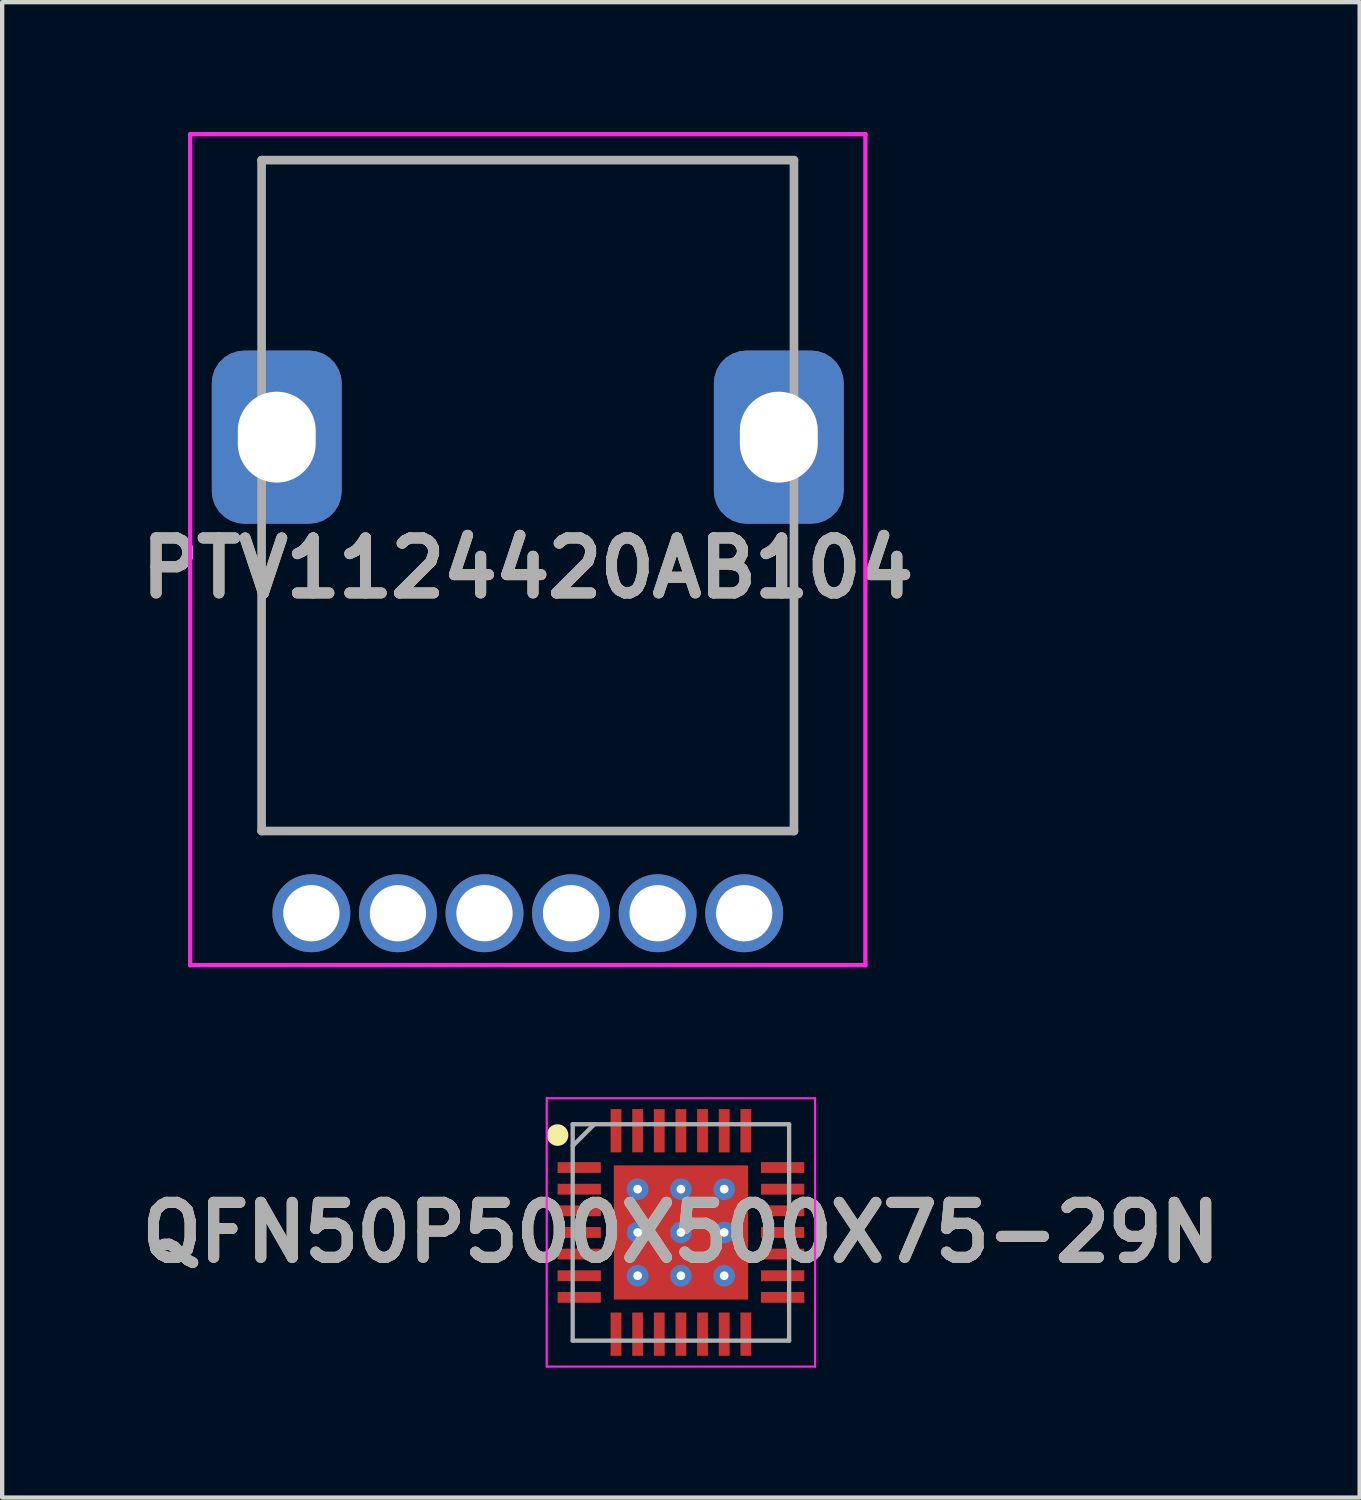
<source format=kicad_pcb>
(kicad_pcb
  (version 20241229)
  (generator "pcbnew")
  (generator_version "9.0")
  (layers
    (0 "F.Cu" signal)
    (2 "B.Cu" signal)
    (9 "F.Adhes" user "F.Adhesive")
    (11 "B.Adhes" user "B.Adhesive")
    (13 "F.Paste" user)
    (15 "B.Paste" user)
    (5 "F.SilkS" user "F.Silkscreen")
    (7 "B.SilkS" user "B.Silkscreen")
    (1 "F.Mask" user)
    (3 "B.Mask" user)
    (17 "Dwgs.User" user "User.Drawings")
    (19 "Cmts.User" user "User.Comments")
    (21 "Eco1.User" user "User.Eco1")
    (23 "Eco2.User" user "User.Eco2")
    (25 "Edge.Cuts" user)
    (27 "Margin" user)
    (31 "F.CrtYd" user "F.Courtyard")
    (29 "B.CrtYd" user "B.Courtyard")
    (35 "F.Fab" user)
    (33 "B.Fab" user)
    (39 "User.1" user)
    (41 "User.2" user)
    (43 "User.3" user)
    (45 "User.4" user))
  (footprint "PTV1124420AB104"
    (layer "F.Cu")
    (at 6.144 18.05)
    (property "Reference" "PTV1124420AB104" (at 3 -7.975 0) (layer "F.SilkS") (effects (font (size 1.27 1.27) (thickness 0.254))))
    (attr through_hole)
    (fp_line (start -3.15 -17.4) (end -3.15 -17.4) (stroke (width 0.1) (type solid)) (layer "F.SilkS"))
    (fp_line (start -3.15 -17.4) (end -3.15 -17.4) (stroke (width 0.1) (type solid)) (layer "F.SilkS"))
    (fp_line (start -3.15 -17.4) (end -3.15 -13.75) (stroke (width 0.1) (type solid)) (layer "F.SilkS"))
    (fp_line (start -3.15 -13.75) (end -3.15 -17.4) (stroke (width 0.1) (type solid)) (layer "F.SilkS"))
    (fp_line (start -3.15 -13.75) (end -3.15 -13.75) (stroke (width 0.1) (type solid)) (layer "F.SilkS"))
    (fp_line (start -3.15 -8.25) (end -3.15 -8.25) (stroke (width 0.1) (type solid)) (layer "F.SilkS"))
    (fp_line (start -3.15 -8.25) (end -3.15 -1.9) (stroke (width 0.1) (type solid)) (layer "F.SilkS"))
    (fp_line (start -3.15 -1.9) (end -3.15 -8.25) (stroke (width 0.1) (type solid)) (layer "F.SilkS"))
    (fp_line (start -3.15 -1.9) (end -3.15 -1.9) (stroke (width 0.1) (type solid)) (layer "F.SilkS"))
    (fp_line (start -3.15 -1.9) (end -3.15 -1.9) (stroke (width 0.1) (type solid)) (layer "F.SilkS"))
    (fp_line (start -3.15 -1.9) (end 9.15 -1.9) (stroke (width 0.1) (type solid)) (layer "F.SilkS"))
    (fp_line (start 9.15 -17.4) (end -3.15 -17.4) (stroke (width 0.1) (type solid)) (layer "F.SilkS"))
    (fp_line (start 9.15 -17.4) (end 9.15 -17.4) (stroke (width 0.1) (type solid)) (layer "F.SilkS"))
    (fp_line (start 9.15 -17.4) (end 9.15 -17.4) (stroke (width 0.1) (type solid)) (layer "F.SilkS"))
    (fp_line (start 9.15 -17.4) (end 9.15 -13.75) (stroke (width 0.1) (type solid)) (layer "F.SilkS"))
    (fp_line (start 9.15 -13.75) (end 9.15 -17.4) (stroke (width 0.1) (type solid)) (layer "F.SilkS"))
    (fp_line (start 9.15 -13.75) (end 9.15 -13.75) (stroke (width 0.1) (type solid)) (layer "F.SilkS"))
    (fp_line (start 9.15 -8.25) (end 9.15 -8.25) (stroke (width 0.1) (type solid)) (layer "F.SilkS"))
    (fp_line (start 9.15 -8.25) (end 9.15 -1.9) (stroke (width 0.1) (type solid)) (layer "F.SilkS"))
    (fp_line (start 9.15 -1.9) (end -3.15 -1.9) (stroke (width 0.1) (type solid)) (layer "F.SilkS"))
    (fp_line (start 9.15 -1.9) (end 9.15 -8.25) (stroke (width 0.1) (type solid)) (layer "F.SilkS"))
    (fp_line (start 9.15 -1.9) (end 9.15 -1.9) (stroke (width 0.1) (type solid)) (layer "F.SilkS"))
    (fp_line (start 9.15 -1.9) (end 9.15 -1.9) (stroke (width 0.1) (type solid)) (layer "F.SilkS"))
    (fp_line (start -4.8 -18) (end -4.8 1.2) (stroke (width 0.1) (type solid)) (layer "F.CrtYd"))
    (fp_line (start -4.8 -18) (end 10.8 -18) (stroke (width 0.1) (type solid)) (layer "F.CrtYd"))
    (fp_line (start 10.8 -18) (end 10.8 1.2) (stroke (width 0.1) (type solid)) (layer "F.CrtYd"))
    (fp_line (start 10.8 1.2) (end -4.8 1.2) (stroke (width 0.1) (type solid)) (layer "F.CrtYd"))
    (fp_line (start -3.15 -17.4) (end -3.15 -1.9) (stroke (width 0.2) (type solid)) (layer "F.Fab"))
    (fp_line (start -3.15 -1.9) (end 9.15 -1.9) (stroke (width 0.2) (type solid)) (layer "F.Fab"))
    (fp_line (start 9.15 -17.4) (end -3.15 -17.4) (stroke (width 0.2) (type solid)) (layer "F.Fab"))
    (fp_line (start 9.15 -1.9) (end 9.15 -17.4) (stroke (width 0.2) (type solid)) (layer "F.Fab"))
    (fp_text user "${REFERENCE}" (at 3 -7.975 0) (layer "F.Fab") (effects (font (size 1.27 1.27) (thickness 0.254))))
    (pad "1" thru_hole circle (at 0 0) (size 1.8 1.8) (drill 1.3) (layers "*.Cu" "*.Mask"))
    (pad "2" thru_hole circle (at -2 0) (size 1.8 1.8) (drill 1.3) (layers "*.Cu" "*.Mask"))
    (pad "3" thru_hole circle (at 8 0) (size 1.8 1.8) (drill 1.3) (layers "*.Cu" "*.Mask"))
    (pad "4" thru_hole circle (at 2 0) (size 1.8 1.8) (drill 1.3) (layers "*.Cu" "*.Mask"))
    (pad "5" thru_hole circle (at 4 0) (size 1.8 1.8) (drill 1.3) (layers "*.Cu" "*.Mask"))
    (pad "6" thru_hole circle (at 6 0) (size 1.8 1.8) (drill 1.3) (layers "*.Cu" "*.Mask"))
    (pad "MP" thru_hole roundrect (at -2.8 -11 270) (size 4 3) (drill oval 2.1 1.8) (layers "*.Cu" "*.Mask") (roundrect_rratio 0.25))
    (pad "MP" thru_hole roundrect (at 8.8 -11 270) (size 4 3) (drill oval 2.1 1.8) (layers "*.Cu" "*.Mask") (roundrect_rratio 0.25)))
  (footprint "QFN50P500X500X75-29N"
    (layer "F.Cu")
    (at 12.682 25.425)
    (property "Reference" "QFN50P500X500X75-29N" (at 0 0 0) (layer "F.SilkS") (effects (font (size 1.27 1.27) (thickness 0.254))))
    (attr smd)
    (fp_circle (center -2.85 -2.25) (end -2.85 -2.125) (stroke (width 0.25) (type solid)) (fill no) (layer "F.SilkS"))
    (fp_line (start -3.1 -3.1) (end 3.1 -3.1) (stroke (width 0.05) (type solid)) (layer "F.CrtYd"))
    (fp_line (start -3.1 3.1) (end -3.1 -3.1) (stroke (width 0.05) (type solid)) (layer "F.CrtYd"))
    (fp_line (start 3.1 -3.1) (end 3.1 3.1) (stroke (width 0.05) (type solid)) (layer "F.CrtYd"))
    (fp_line (start 3.1 3.1) (end -3.1 3.1) (stroke (width 0.05) (type solid)) (layer "F.CrtYd"))
    (fp_line (start -2.5 -2.5) (end 2.5 -2.5) (stroke (width 0.1) (type solid)) (layer "F.Fab"))
    (fp_line (start -2.5 -2) (end -2 -2.5) (stroke (width 0.1) (type solid)) (layer "F.Fab"))
    (fp_line (start -2.5 2.5) (end -2.5 -2.5) (stroke (width 0.1) (type solid)) (layer "F.Fab"))
    (fp_line (start 2.5 -2.5) (end 2.5 2.5) (stroke (width 0.1) (type solid)) (layer "F.Fab"))
    (fp_line (start 2.5 2.5) (end -2.5 2.5) (stroke (width 0.1) (type solid)) (layer "F.Fab"))
    (fp_text user "${REFERENCE}" (at 0 0 0) (layer "F.Fab") (effects (font (size 1.27 1.27) (thickness 0.254))))
    (pad "1" smd rect (at -2.35 -1.5 90) (size 0.25 1) (layers "F.Cu" "F.Mask" "F.Paste"))
    (pad "2" smd rect (at -2.35 -1 90) (size 0.25 1) (layers "F.Cu" "F.Mask" "F.Paste"))
    (pad "3" smd rect (at -2.35 -0.5 90) (size 0.25 1) (layers "F.Cu" "F.Mask" "F.Paste"))
    (pad "4" smd rect (at -2.35 0 90) (size 0.25 1) (layers "F.Cu" "F.Mask" "F.Paste"))
    (pad "5" smd rect (at -2.35 0.5 90) (size 0.25 1) (layers "F.Cu" "F.Mask" "F.Paste"))
    (pad "6" smd rect (at -2.35 1 90) (size 0.25 1) (layers "F.Cu" "F.Mask" "F.Paste"))
    (pad "7" smd rect (at -2.35 1.5 90) (size 0.25 1) (layers "F.Cu" "F.Mask" "F.Paste"))
    (pad "8" smd rect (at -1.5 2.35) (size 0.25 1) (layers "F.Cu" "F.Mask" "F.Paste"))
    (pad "9" smd rect (at -1 2.35) (size 0.25 1) (layers "F.Cu" "F.Mask" "F.Paste"))
    (pad "10" smd rect (at -0.5 2.35) (size 0.25 1) (layers "F.Cu" "F.Mask" "F.Paste"))
    (pad "11" smd rect (at 0 2.35) (size 0.25 1) (layers "F.Cu" "F.Mask" "F.Paste"))
    (pad "12" smd rect (at 0.5 2.35) (size 0.25 1) (layers "F.Cu" "F.Mask" "F.Paste"))
    (pad "13" smd rect (at 1 2.35) (size 0.25 1) (layers "F.Cu" "F.Mask" "F.Paste"))
    (pad "14" smd rect (at 1.5 2.35) (size 0.25 1) (layers "F.Cu" "F.Mask" "F.Paste"))
    (pad "15" smd rect (at 2.35 1.5 90) (size 0.25 1) (layers "F.Cu" "F.Mask" "F.Paste"))
    (pad "16" smd rect (at 2.35 1 90) (size 0.25 1) (layers "F.Cu" "F.Mask" "F.Paste"))
    (pad "17" smd rect (at 2.35 0.5 90) (size 0.25 1) (layers "F.Cu" "F.Mask" "F.Paste"))
    (pad "18" smd rect (at 2.35 0 90) (size 0.25 1) (layers "F.Cu" "F.Mask" "F.Paste"))
    (pad "19" smd rect (at 2.35 -0.5 90) (size 0.25 1) (layers "F.Cu" "F.Mask" "F.Paste"))
    (pad "20" smd rect (at 2.35 -1 90) (size 0.25 1) (layers "F.Cu" "F.Mask" "F.Paste"))
    (pad "21" smd rect (at 2.35 -1.5 90) (size 0.25 1) (layers "F.Cu" "F.Mask" "F.Paste"))
    (pad "22" smd rect (at 1.5 -2.35) (size 0.25 1) (layers "F.Cu" "F.Mask" "F.Paste"))
    (pad "23" smd rect (at 1 -2.35) (size 0.25 1) (layers "F.Cu" "F.Mask" "F.Paste"))
    (pad "24" smd rect (at 0.5 -2.35) (size 0.25 1) (layers "F.Cu" "F.Mask" "F.Paste"))
    (pad "25" smd rect (at 0 -2.35) (size 0.25 1) (layers "F.Cu" "F.Mask" "F.Paste"))
    (pad "26" smd rect (at -0.5 -2.35) (size 0.25 1) (layers "F.Cu" "F.Mask" "F.Paste"))
    (pad "27" smd rect (at -1 -2.35) (size 0.25 1) (layers "F.Cu" "F.Mask" "F.Paste"))
    (pad "28" smd rect (at -1.5 -2.35) (size 0.25 1) (layers "F.Cu" "F.Mask" "F.Paste"))
    (pad "29" thru_hole circle (at -1 -1) (size 0.5 0.5) (drill 0.2) (property pad_prop_heatsink) (layers "*.Cu"))
    (pad "29" thru_hole circle (at -1 0) (size 0.5 0.5) (drill 0.2) (property pad_prop_heatsink) (layers "*.Cu"))
    (pad "29" thru_hole circle (at -1 1) (size 0.5 0.5) (drill 0.2) (property pad_prop_heatsink) (layers "*.Cu"))
    (pad "29" thru_hole circle (at 0 -1) (size 0.5 0.5) (drill 0.2) (property pad_prop_heatsink) (layers "*.Cu"))
    (pad "29" thru_hole circle (at 0 0) (size 0.5 0.5) (drill 0.2) (property pad_prop_heatsink) (layers "*.Cu"))
    (pad "29" smd rect (at 0 0) (size 3.1 3.1) (layers "F.Cu" "F.Mask" "F.Paste"))
    (pad "29" thru_hole circle (at 0 1) (size 0.5 0.5) (drill 0.2) (property pad_prop_heatsink) (layers "*.Cu"))
    (pad "29" thru_hole circle (at 1 -1) (size 0.5 0.5) (drill 0.2) (property pad_prop_heatsink) (layers "*.Cu"))
    (pad "29" thru_hole circle (at 1 0) (size 0.5 0.5) (drill 0.2) (property pad_prop_heatsink) (layers "*.Cu"))
    (pad "29" thru_hole circle (at 1 1) (size 0.5 0.5) (drill 0.2) (property pad_prop_heatsink) (layers "*.Cu")))
  (gr_rect
    (start -3 -3)
    (end 28.364 31.55)
    (stroke (width 0.1) (type default))
    (fill no)
    (layer "Edge.Cuts")))
</source>
